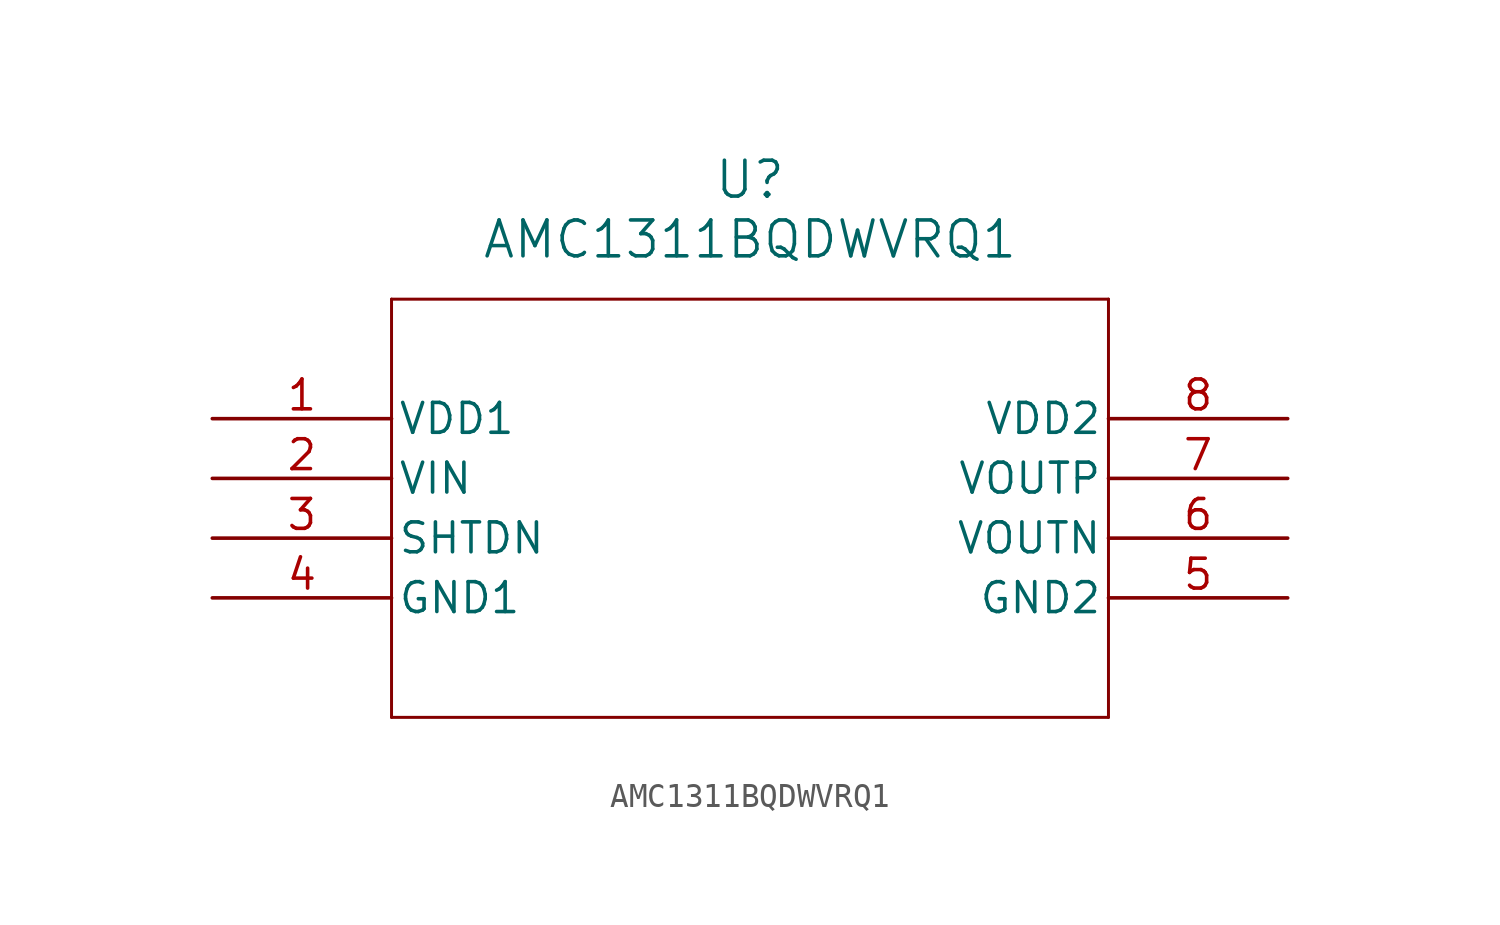
<source format=kicad_sym>
(kicad_symbol_lib
  (version 20211014)
  (generator kicad_symbol_editor)
  (symbol "AMC1311BQDWVRQ1"
    (pin_names
      (offset 0.254))
    (property "Reference" "U"
      (at 22.86 10.16 0)
      (effects (font (size 1.524 1.524))))
    (property "Value" "AMC1311BQDWVRQ1"
      (at 22.86 7.62 0)
      (effects (font (size 1.524 1.524))))
    (symbol "AMC1311BQDWVRQ1_0_1"
      (polyline (pts (xy 7.62 5.08) (xy 7.62 -12.7)) (stroke (width 0.127) (type default) (color 0 0 0 0)) (fill (type none)))
      (polyline (pts (xy 7.62 -12.7) (xy 38.1 -12.7)) (stroke (width 0.127) (type default) (color 0 0 0 0)) (fill (type none)))
      (polyline (pts (xy 38.1 -12.7) (xy 38.1 5.08)) (stroke (width 0.127) (type default) (color 0 0 0 0)) (fill (type none)))
      (polyline (pts (xy 38.1 5.08) (xy 7.62 5.08)) (stroke (width 0.127) (type default) (color 0 0 0 0)) (fill (type none)))
      (pin power_in line (at 0 0 0) (length 7.62) (name "VDD1" (effects (font (size 1.27 1.27)))) (number "1" (effects (font (size 1.27 1.27)))))
      (pin input line (at 0 -2.54 0) (length 7.62) (name "VIN" (effects (font (size 1.27 1.27)))) (number "2" (effects (font (size 1.27 1.27)))))
      (pin input line (at 0 -5.08 0) (length 7.62) (name "SHTDN" (effects (font (size 1.27 1.27)))) (number "3" (effects (font (size 1.27 1.27)))))
      (pin power_in line (at 0 -7.62 0) (length 7.62) (name "GND1" (effects (font (size 1.27 1.27)))) (number "4" (effects (font (size 1.27 1.27)))))
      (pin power_in line (at 45.72 -7.62 180) (length 7.62) (name "GND2" (effects (font (size 1.27 1.27)))) (number "5" (effects (font (size 1.27 1.27)))))
      (pin output line (at 45.72 -5.08 180) (length 7.62) (name "VOUTN" (effects (font (size 1.27 1.27)))) (number "6" (effects (font (size 1.27 1.27)))))
      (pin output line (at 45.72 -2.54 180) (length 7.62) (name "VOUTP" (effects (font (size 1.27 1.27)))) (number "7" (effects (font (size 1.27 1.27)))))
      (pin power_in line (at 45.72 0 180) (length 7.62) (name "VDD2" (effects (font (size 1.27 1.27)))) (number "8" (effects (font (size 1.27 1.27))))))))
</source>
